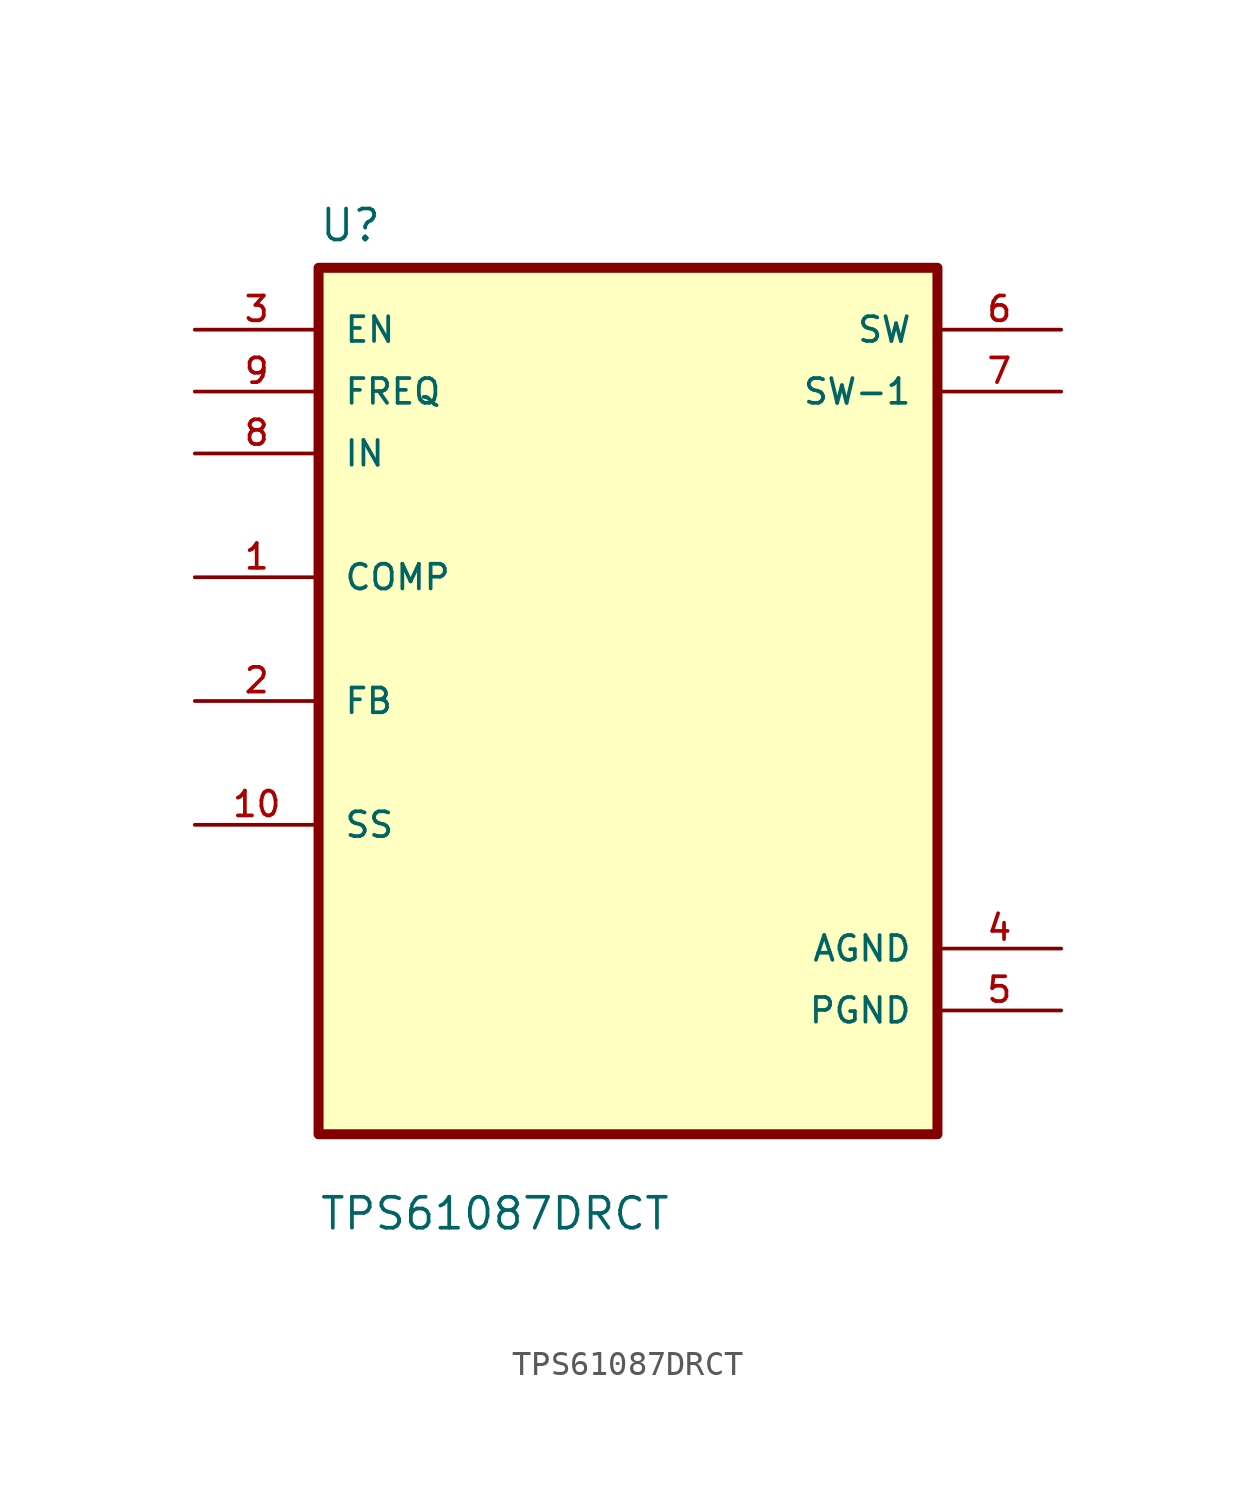
<source format=kicad_sym>
(kicad_symbol_lib
  (version 20220914)
  (generator kicad_symbol_editor)
  (symbol "TPS61087DRCT"
    (pin_names
      (offset 1.016))
    (property "Reference" "U"
      (at -12.7 18.78 0)
      (effects (font (size 1.27 1.27)) (justify left bottom)))
    (property "Value" "TPS61087DRCT"
      (at -12.7 -21.78 0)
      (effects (font (size 1.27 1.27)) (justify left bottom)))
    (symbol "TPS61087DRCT_0_0"
      (rectangle (start -12.7 -17.78) (end 12.7 17.78) (stroke (width 0.41) (type default)) (fill (type background)))
      (pin bidirectional line (at -17.78 5.08 0) (length 5.08) (name "COMP" (effects (font (size 1.016 1.016)))) (number "1" (effects (font (size 1.016 1.016)))))
      (pin bidirectional line (at -17.78 -5.08 0) (length 5.08) (name "SS" (effects (font (size 1.016 1.016)))) (number "10" (effects (font (size 1.016 1.016)))))
      (pin bidirectional line (at -17.78 0 0) (length 5.08) (name "FB" (effects (font (size 1.016 1.016)))) (number "2" (effects (font (size 1.016 1.016)))))
      (pin input line (at -17.78 15.24 0) (length 5.08) (name "EN" (effects (font (size 1.016 1.016)))) (number "3" (effects (font (size 1.016 1.016)))))
      (pin power_in line (at 17.78 -10.16 180) (length 5.08) (name "AGND" (effects (font (size 1.016 1.016)))) (number "4" (effects (font (size 1.016 1.016)))))
      (pin power_in line (at 17.78 -12.7 180) (length 5.08) (name "PGND" (effects (font (size 1.016 1.016)))) (number "5" (effects (font (size 1.016 1.016)))))
      (pin output line (at 17.78 15.24 180) (length 5.08) (name "SW" (effects (font (size 1.016 1.016)))) (number "6" (effects (font (size 1.016 1.016)))))
      (pin output line (at 17.78 12.7 180) (length 5.08) (name "SW-1" (effects (font (size 1.016 1.016)))) (number "7" (effects (font (size 1.016 1.016)))))
      (pin input line (at -17.78 10.16 0) (length 5.08) (name "IN" (effects (font (size 1.016 1.016)))) (number "8" (effects (font (size 1.016 1.016)))))
      (pin input line (at -17.78 12.7 0) (length 5.08) (name "FREQ" (effects (font (size 1.016 1.016)))) (number "9" (effects (font (size 1.016 1.016))))))))
</source>
